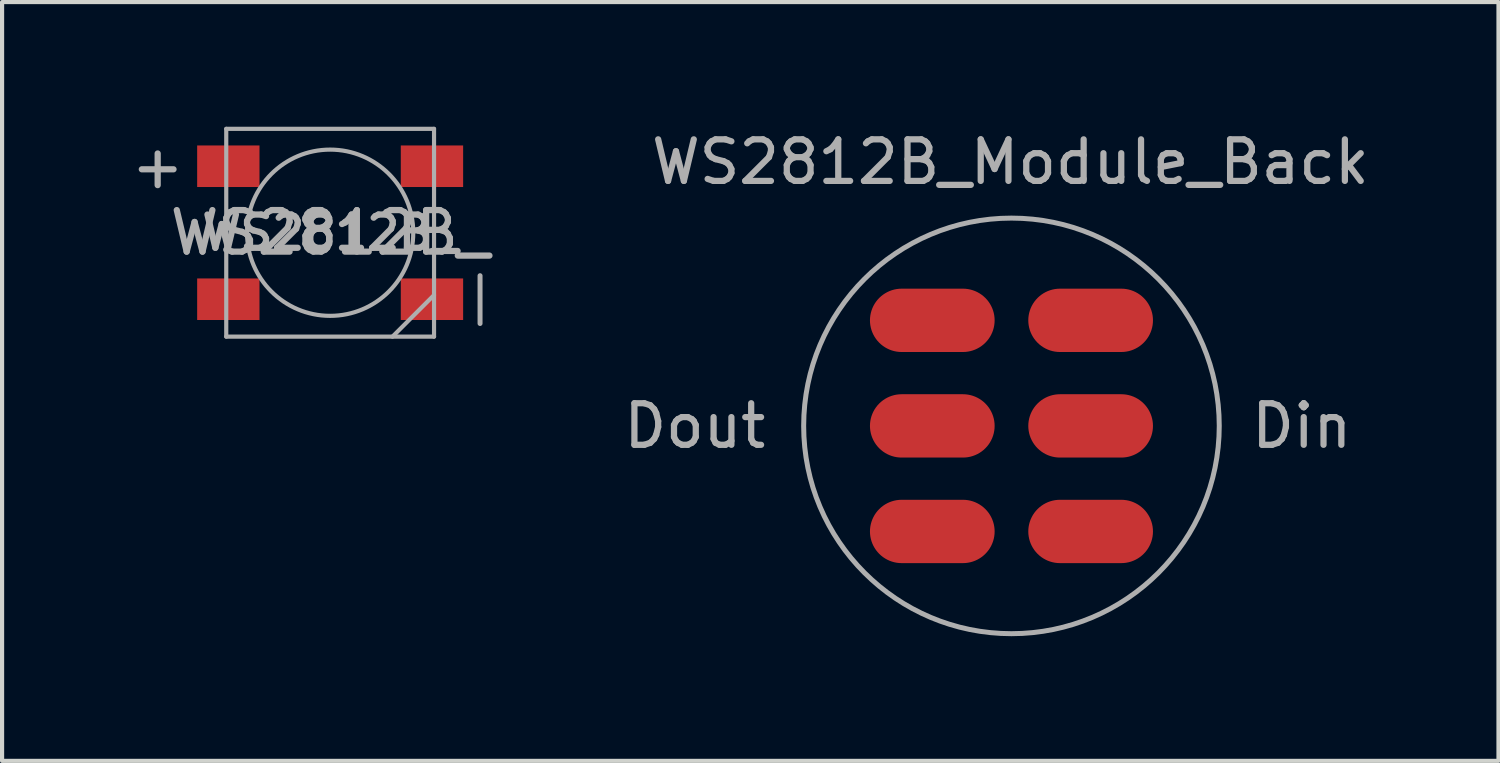
<source format=kicad_pcb>
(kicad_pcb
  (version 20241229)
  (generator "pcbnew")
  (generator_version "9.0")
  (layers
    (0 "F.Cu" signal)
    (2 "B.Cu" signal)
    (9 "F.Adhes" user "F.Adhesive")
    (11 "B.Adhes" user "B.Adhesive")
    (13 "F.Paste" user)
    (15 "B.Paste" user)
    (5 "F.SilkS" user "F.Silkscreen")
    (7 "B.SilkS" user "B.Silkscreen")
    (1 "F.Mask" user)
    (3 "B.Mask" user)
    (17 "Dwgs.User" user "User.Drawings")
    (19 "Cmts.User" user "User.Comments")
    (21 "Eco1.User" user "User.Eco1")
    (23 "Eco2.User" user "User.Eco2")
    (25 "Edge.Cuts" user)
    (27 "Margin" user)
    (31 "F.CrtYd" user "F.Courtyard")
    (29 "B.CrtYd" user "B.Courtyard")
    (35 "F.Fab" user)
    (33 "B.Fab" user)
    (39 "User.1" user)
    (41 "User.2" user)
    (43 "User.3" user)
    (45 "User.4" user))
  (footprint "WS2812B_"
    (layer "F.Cu")
    (at 4.894 2.55)
    (property "Reference" "WS2812B_" (at 0 0 0) (layer "F.Fab") (effects (font (size 1 1) (thickness 0.15))))
    (attr smd)
    (fp_line (start -2.5 -2.5) (end -2.5 2.5) (stroke (width 0.1) (type solid)) (layer "F.Fab"))
    (fp_line (start -2.5 2.5) (end 2.5 2.5) (stroke (width 0.1) (type solid)) (layer "F.Fab"))
    (fp_line (start 2.5 -2.5) (end -2.5 -2.5) (stroke (width 0.1) (type solid)) (layer "F.Fab"))
    (fp_line (start 2.5 1.5) (end 1.5 2.5) (stroke (width 0.1) (type solid)) (layer "F.Fab"))
    (fp_line (start 2.5 2.5) (end 2.5 -2.5) (stroke (width 0.1) (type solid)) (layer "F.Fab"))
    (fp_line (start 3.607 2.184) (end 3.607 1.034) (stroke (width 0.12) (type solid)) (layer "F.Fab"))
    (fp_circle (center 0 0) (end 0 -2) (stroke (width 0.1) (type solid)) (fill no) (layer "F.Fab"))
    (fp_text user "+" (at -4.15 -1.6 0) (layer "F.Fab") (effects (font (size 1 1) (thickness 0.15))))
    (fp_text user "${REFERENCE}" (at 0 0 0) (layer "F.Fab") (effects (font (size 0.8 0.8) (thickness 0.15))))
    (pad "1" smd rect (at -2.45 -1.6) (size 1.5 1) (layers "F.Cu" "F.Mask" "F.Paste"))
    (pad "2" smd rect (at -2.45 1.6) (size 1.5 1) (layers "F.Cu" "F.Mask" "F.Paste"))
    (pad "3" smd rect (at 2.45 1.6) (size 1.5 1) (layers "F.Cu" "F.Mask" "F.Paste"))
    (pad "4" smd rect (at 2.45 -1.6) (size 1.5 1) (layers "F.Cu" "F.Mask" "F.Paste")))
  (footprint "WS2812B_Module_Back"
    (layer "F.Cu")
    (at 21.288 7.198)
    (property "Reference" "WS2812B_Module_Back" (at -0.025 -6.35 0) (layer "F.Fab") (effects (font (size 1 1) (thickness 0.15))))
    (attr through_hole)
    (fp_circle (center 0 0) (end 5 0) (stroke (width 0.12) (type solid)) (fill no) (layer "F.Fab"))
    (fp_text user "Din" (at 6.985 0 0) (layer "F.Fab") (effects (font (size 1 1) (thickness 0.15))))
    (fp_text user "Dout" (at -7.62 0 0) (layer "F.Fab") (effects (font (size 1 1) (thickness 0.15))))
    (pad "1" smd oval (at -1.905 2.54) (size 3 1.524) (layers "F.Cu" "F.Mask" "F.Paste"))
    (pad "1" smd oval (at 1.905 2.54) (size 3 1.524) (layers "F.Cu" "F.Mask" "F.Paste"))
    (pad "2" smd oval (at -1.905 0) (size 3 1.524) (layers "F.Cu" "F.Mask" "F.Paste"))
    (pad "3" smd oval (at -1.905 -2.54) (size 3 1.524) (layers "F.Cu" "F.Mask" "F.Paste"))
    (pad "3" smd oval (at 1.905 -2.54) (size 3 1.524) (layers "F.Cu" "F.Mask" "F.Paste"))
    (pad "4" smd oval (at 1.905 0) (size 3 1.524) (layers "F.Cu" "F.Mask" "F.Paste")))
  (gr_rect
    (start -3 -3)
    (end 33.007 15.258)
    (stroke (width 0.1) (type default))
    (fill no)
    (layer "Edge.Cuts")))
</source>
